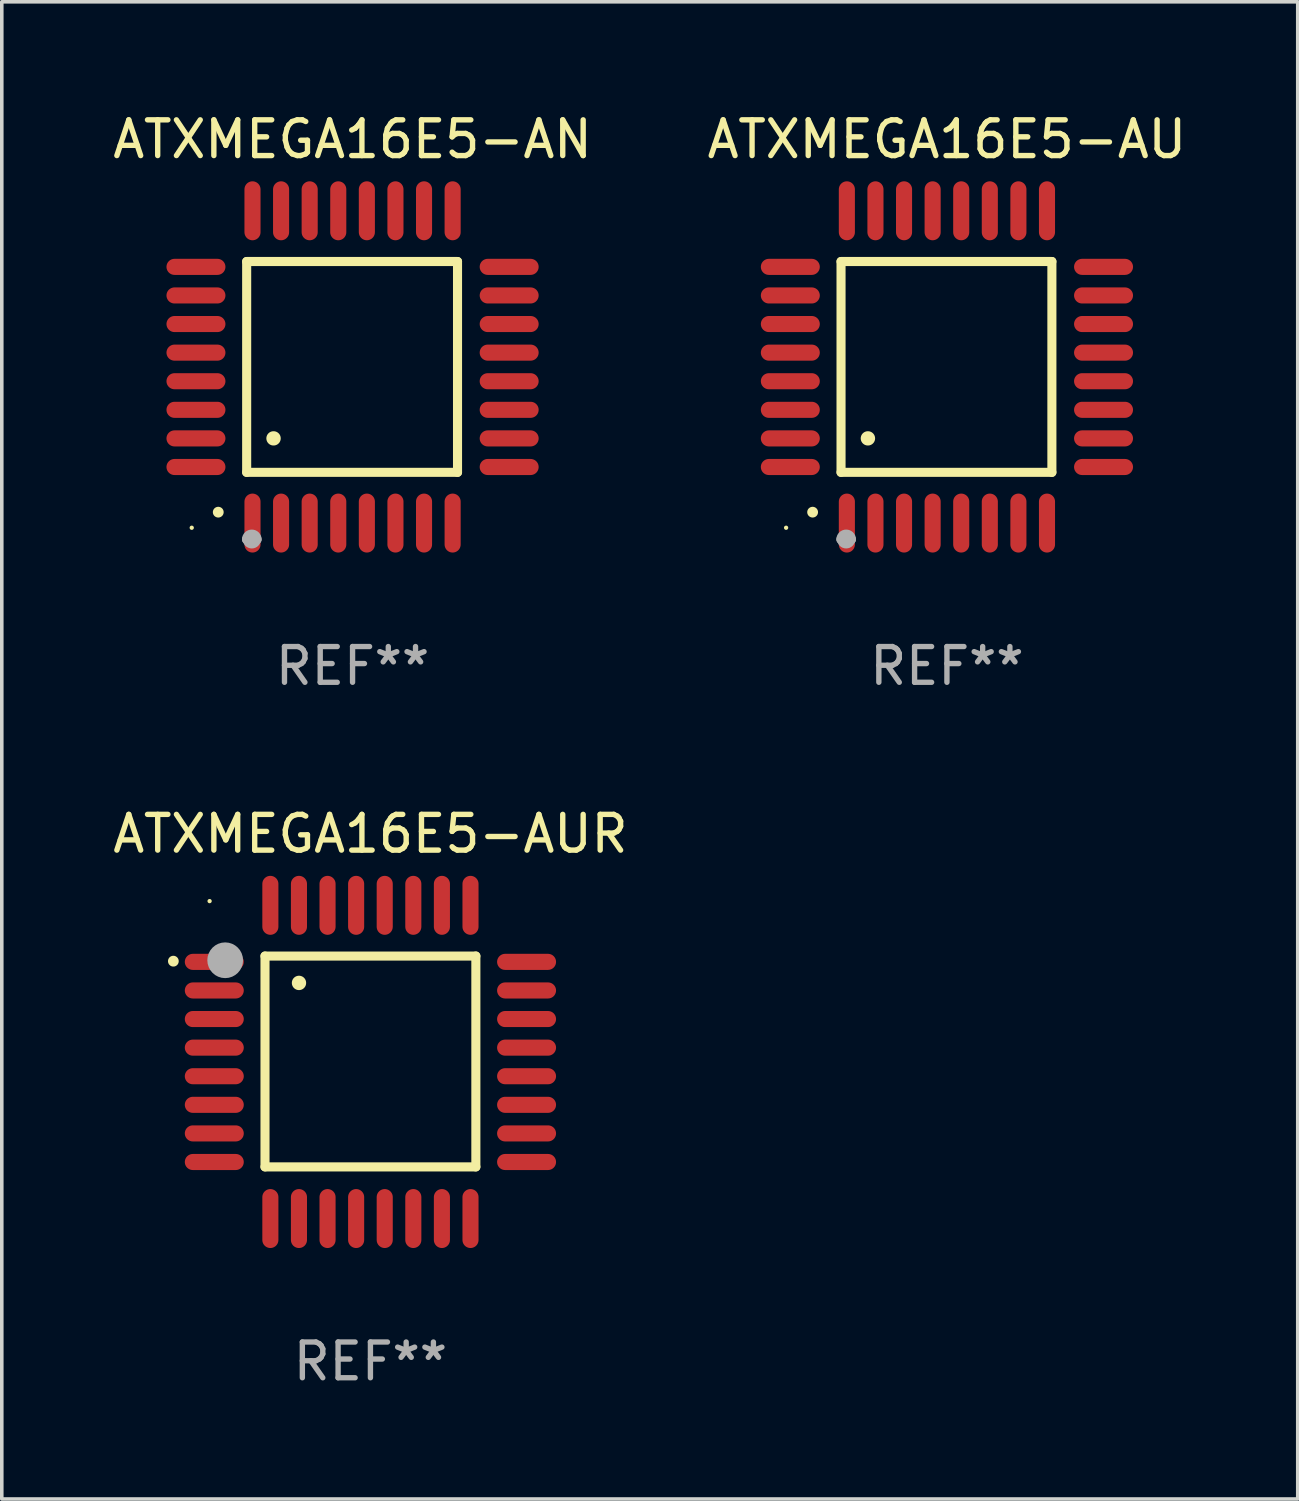
<source format=kicad_pcb>
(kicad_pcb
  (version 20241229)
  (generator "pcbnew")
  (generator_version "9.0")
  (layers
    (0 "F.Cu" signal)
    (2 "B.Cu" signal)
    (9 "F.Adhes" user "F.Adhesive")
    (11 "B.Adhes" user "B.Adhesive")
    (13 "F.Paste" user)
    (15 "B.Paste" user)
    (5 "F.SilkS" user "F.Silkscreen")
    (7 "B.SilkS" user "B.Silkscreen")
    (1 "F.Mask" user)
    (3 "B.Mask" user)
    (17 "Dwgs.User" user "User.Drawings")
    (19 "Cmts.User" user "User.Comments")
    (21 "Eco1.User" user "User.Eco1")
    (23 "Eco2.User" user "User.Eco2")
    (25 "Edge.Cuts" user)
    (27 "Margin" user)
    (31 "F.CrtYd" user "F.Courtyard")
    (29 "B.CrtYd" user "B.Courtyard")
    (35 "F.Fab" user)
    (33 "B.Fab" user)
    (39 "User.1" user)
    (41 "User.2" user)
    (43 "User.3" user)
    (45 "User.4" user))
  (footprint "ATXMEGA16E5-AUR"
    (layer "F.Cu")
    (at 7.315 26.664)
    (property "Reference" "ATXMEGA16E5-AUR" (at 0 -6.382 0) (layer "F.SilkS") (effects (font (size 1 1) (thickness 0.15))))
    (attr through_hole)
    (fp_line (start -2.95 -2.963) (end -2.95 2.937) (stroke (width 0.254) (type solid)) (layer "F.SilkS"))
    (fp_line (start -2.95 2.937) (end 2.95 2.937) (stroke (width 0.254) (type solid)) (layer "F.SilkS"))
    (fp_line (start 2.95 -2.963) (end -2.95 -2.963) (stroke (width 0.254) (type solid)) (layer "F.SilkS"))
    (fp_line (start 2.95 2.937) (end 2.95 -2.963) (stroke (width 0.254) (type solid)) (layer "F.SilkS"))
    (fp_arc (start -5.514199 -2.818136) (mid -5.514204 -2.819406) (end -5.514199 -2.820676) (stroke (width 0.3) (type solid)) (layer "F.SilkS"))
    (fp_arc (start -1.998984 -2.209804) (mid -1.998988 -2.211074) (end -1.998984 -2.212344) (stroke (width 0.4) (type solid)) (layer "F.SilkS"))
    (fp_circle (center -4.5 -4.5) (end -4.47 -4.5) (stroke (width 0.06) (type solid)) (fill no) (layer "F.SilkS"))
    (fp_circle (center -4.064 -2.845) (end -3.814 -2.845) (stroke (width 0.5) (type solid)) (fill no) (layer "F.Fab"))
    (fp_text user "REF**" (at 0 8.382 0) (layer "F.Fab") (effects (font (size 1 1) (thickness 0.15))))
    (pad "1" smd oval (at -4.369 -2.8 90) (size 0.45 1.65) (layers "F.Cu" "F.Mask" "F.Paste"))
    (pad "2" smd oval (at -4.369 -2 90) (size 0.45 1.65) (layers "F.Cu" "F.Mask" "F.Paste"))
    (pad "3" smd oval (at -4.369 -1.2 90) (size 0.45 1.65) (layers "F.Cu" "F.Mask" "F.Paste"))
    (pad "4" smd oval (at -4.369 -0.4 90) (size 0.45 1.65) (layers "F.Cu" "F.Mask" "F.Paste"))
    (pad "5" smd oval (at -4.369 0.4 90) (size 0.45 1.65) (layers "F.Cu" "F.Mask" "F.Paste"))
    (pad "6" smd oval (at -4.369 1.2 90) (size 0.45 1.65) (layers "F.Cu" "F.Mask" "F.Paste"))
    (pad "7" smd oval (at -4.369 2 90) (size 0.45 1.65) (layers "F.Cu" "F.Mask" "F.Paste"))
    (pad "8" smd oval (at -4.369 2.8 90) (size 0.45 1.65) (layers "F.Cu" "F.Mask" "F.Paste"))
    (pad "9" smd oval (at -2.8 4.382) (size 0.45 1.65) (layers "F.Cu" "F.Mask" "F.Paste"))
    (pad "10" smd oval (at -2 4.382) (size 0.45 1.65) (layers "F.Cu" "F.Mask" "F.Paste"))
    (pad "11" smd oval (at -1.2 4.382) (size 0.45 1.65) (layers "F.Cu" "F.Mask" "F.Paste"))
    (pad "12" smd oval (at -0.4 4.382) (size 0.45 1.65) (layers "F.Cu" "F.Mask" "F.Paste"))
    (pad "13" smd oval (at 0.4 4.382) (size 0.45 1.65) (layers "F.Cu" "F.Mask" "F.Paste"))
    (pad "14" smd oval (at 1.2 4.382) (size 0.45 1.65) (layers "F.Cu" "F.Mask" "F.Paste"))
    (pad "15" smd oval (at 2 4.382) (size 0.45 1.65) (layers "F.Cu" "F.Mask" "F.Paste"))
    (pad "16" smd oval (at 2.8 4.382) (size 0.45 1.65) (layers "F.Cu" "F.Mask" "F.Paste"))
    (pad "17" smd oval (at 4.369 2.8 90) (size 0.45 1.65) (layers "F.Cu" "F.Mask" "F.Paste"))
    (pad "18" smd oval (at 4.369 2 90) (size 0.45 1.65) (layers "F.Cu" "F.Mask" "F.Paste"))
    (pad "19" smd oval (at 4.369 1.2 90) (size 0.45 1.65) (layers "F.Cu" "F.Mask" "F.Paste"))
    (pad "20" smd oval (at 4.369 0.4 90) (size 0.45 1.65) (layers "F.Cu" "F.Mask" "F.Paste"))
    (pad "21" smd oval (at 4.369 -0.4 90) (size 0.45 1.65) (layers "F.Cu" "F.Mask" "F.Paste"))
    (pad "22" smd oval (at 4.369 -1.2 90) (size 0.45 1.65) (layers "F.Cu" "F.Mask" "F.Paste"))
    (pad "23" smd oval (at 4.369 -2 90) (size 0.45 1.65) (layers "F.Cu" "F.Mask" "F.Paste"))
    (pad "24" smd oval (at 4.369 -2.8 90) (size 0.45 1.65) (layers "F.Cu" "F.Mask" "F.Paste"))
    (pad "25" smd oval (at 2.8 -4.382) (size 0.45 1.65) (layers "F.Cu" "F.Mask" "F.Paste"))
    (pad "26" smd oval (at 2 -4.382) (size 0.45 1.65) (layers "F.Cu" "F.Mask" "F.Paste"))
    (pad "27" smd oval (at 1.2 -4.382) (size 0.45 1.65) (layers "F.Cu" "F.Mask" "F.Paste"))
    (pad "28" smd oval (at 0.4 -4.382) (size 0.45 1.65) (layers "F.Cu" "F.Mask" "F.Paste"))
    (pad "29" smd oval (at -0.4 -4.382) (size 0.45 1.65) (layers "F.Cu" "F.Mask" "F.Paste"))
    (pad "30" smd oval (at -1.2 -4.382) (size 0.45 1.65) (layers "F.Cu" "F.Mask" "F.Paste"))
    (pad "31" smd oval (at -2 -4.382) (size 0.45 1.65) (layers "F.Cu" "F.Mask" "F.Paste"))
    (pad "32" smd oval (at -2.8 -4.382) (size 0.45 1.65) (layers "F.Cu" "F.Mask" "F.Paste")))
  (footprint "ATXMEGA16E5-AN"
    (layer "F.Cu")
    (at 6.815 7.217)
    (property "Reference" "ATXMEGA16E5-AN" (at 0 -6.369 0) (layer "F.SilkS") (effects (font (size 1 1) (thickness 0.15))))
    (attr through_hole)
    (fp_line (start -2.963 -2.95) (end -2.963 2.95) (stroke (width 0.254) (type solid)) (layer "F.SilkS"))
    (fp_line (start -2.963 2.95) (end 2.937 2.95) (stroke (width 0.254) (type solid)) (layer "F.SilkS"))
    (fp_line (start 2.937 -2.95) (end -2.963 -2.95) (stroke (width 0.254) (type solid)) (layer "F.SilkS"))
    (fp_line (start 2.937 2.95) (end 2.937 -2.95) (stroke (width 0.254) (type solid)) (layer "F.SilkS"))
    (fp_arc (start -3.759208 4.064008) (mid -3.757938 4.064003) (end -3.756668 4.064008) (stroke (width 0.3) (type solid)) (layer "F.SilkS"))
    (fp_arc (start -2.212344 1.998984) (mid -2.211074 1.99898) (end -2.209804 1.998984) (stroke (width 0.4) (type solid)) (layer "F.SilkS"))
    (fp_circle (center -4.5 4.5) (end -4.47 4.5) (stroke (width 0.06) (type solid)) (fill no) (layer "F.SilkS"))
    (fp_arc (start -2.967489 4.82601) (mid -2.819406 4.677927) (end -2.671323 4.82601) (stroke (width 0.254001) (type solid)) (layer "F.Fab"))
    (fp_arc (start -2.967488 4.82601) (mid -2.819406 4.791053) (end -2.671324 4.82601) (stroke (width 0.254001) (type solid)) (layer "F.Fab"))
    (fp_circle (center -2.819 4.826) (end -2.692 4.826) (stroke (width 0.254) (type solid)) (fill no) (layer "F.Fab"))
    (fp_text user "REF**" (at 0 8.369 0) (layer "F.Fab") (effects (font (size 1 1) (thickness 0.15))))
    (pad "1" smd oval (at -2.8 4.369) (size 0.45 1.65) (layers "F.Cu" "F.Mask" "F.Paste"))
    (pad "2" smd oval (at -2 4.369) (size 0.45 1.65) (layers "F.Cu" "F.Mask" "F.Paste"))
    (pad "3" smd oval (at -1.2 4.369) (size 0.45 1.65) (layers "F.Cu" "F.Mask" "F.Paste"))
    (pad "4" smd oval (at -0.4 4.369) (size 0.45 1.65) (layers "F.Cu" "F.Mask" "F.Paste"))
    (pad "5" smd oval (at 0.4 4.369) (size 0.45 1.65) (layers "F.Cu" "F.Mask" "F.Paste"))
    (pad "6" smd oval (at 1.2 4.369) (size 0.45 1.65) (layers "F.Cu" "F.Mask" "F.Paste"))
    (pad "7" smd oval (at 2 4.369) (size 0.45 1.65) (layers "F.Cu" "F.Mask" "F.Paste"))
    (pad "8" smd oval (at 2.8 4.369) (size 0.45 1.65) (layers "F.Cu" "F.Mask" "F.Paste"))
    (pad "9" smd oval (at 4.382 2.8) (size 1.65 0.45) (layers "F.Cu" "F.Mask" "F.Paste"))
    (pad "10" smd oval (at 4.382 2) (size 1.65 0.45) (layers "F.Cu" "F.Mask" "F.Paste"))
    (pad "11" smd oval (at 4.382 1.2) (size 1.65 0.45) (layers "F.Cu" "F.Mask" "F.Paste"))
    (pad "12" smd oval (at 4.382 0.4) (size 1.65 0.45) (layers "F.Cu" "F.Mask" "F.Paste"))
    (pad "13" smd oval (at 4.382 -0.4) (size 1.65 0.45) (layers "F.Cu" "F.Mask" "F.Paste"))
    (pad "14" smd oval (at 4.382 -1.2) (size 1.65 0.45) (layers "F.Cu" "F.Mask" "F.Paste"))
    (pad "15" smd oval (at 4.382 -2) (size 1.65 0.45) (layers "F.Cu" "F.Mask" "F.Paste"))
    (pad "16" smd oval (at 4.382 -2.8) (size 1.65 0.45) (layers "F.Cu" "F.Mask" "F.Paste"))
    (pad "17" smd oval (at 2.8 -4.369) (size 0.45 1.65) (layers "F.Cu" "F.Mask" "F.Paste"))
    (pad "18" smd oval (at 2 -4.369) (size 0.45 1.65) (layers "F.Cu" "F.Mask" "F.Paste"))
    (pad "19" smd oval (at 1.2 -4.369) (size 0.45 1.65) (layers "F.Cu" "F.Mask" "F.Paste"))
    (pad "20" smd oval (at 0.4 -4.369) (size 0.45 1.65) (layers "F.Cu" "F.Mask" "F.Paste"))
    (pad "21" smd oval (at -0.4 -4.369) (size 0.45 1.65) (layers "F.Cu" "F.Mask" "F.Paste"))
    (pad "22" smd oval (at -1.2 -4.369) (size 0.45 1.65) (layers "F.Cu" "F.Mask" "F.Paste"))
    (pad "23" smd oval (at -2 -4.369) (size 0.45 1.65) (layers "F.Cu" "F.Mask" "F.Paste"))
    (pad "24" smd oval (at -2.8 -4.369) (size 0.45 1.65) (layers "F.Cu" "F.Mask" "F.Paste"))
    (pad "25" smd oval (at -4.382 -2.8) (size 1.65 0.45) (layers "F.Cu" "F.Mask" "F.Paste"))
    (pad "26" smd oval (at -4.382 -2) (size 1.65 0.45) (layers "F.Cu" "F.Mask" "F.Paste"))
    (pad "27" smd oval (at -4.382 -1.2) (size 1.65 0.45) (layers "F.Cu" "F.Mask" "F.Paste"))
    (pad "28" smd oval (at -4.382 -0.4) (size 1.65 0.45) (layers "F.Cu" "F.Mask" "F.Paste"))
    (pad "29" smd oval (at -4.382 0.4) (size 1.65 0.45) (layers "F.Cu" "F.Mask" "F.Paste"))
    (pad "30" smd oval (at -4.382 1.2) (size 1.65 0.45) (layers "F.Cu" "F.Mask" "F.Paste"))
    (pad "31" smd oval (at -4.382 2) (size 1.65 0.45) (layers "F.Cu" "F.Mask" "F.Paste"))
    (pad "32" smd oval (at -4.382 2.8) (size 1.65 0.45) (layers "F.Cu" "F.Mask" "F.Paste")))
  (footprint "ATXMEGA16E5-AU"
    (layer "F.Cu")
    (at 23.446 7.217)
    (property "Reference" "ATXMEGA16E5-AU" (at 0 -6.369 0) (layer "F.SilkS") (effects (font (size 1 1) (thickness 0.15))))
    (attr through_hole)
    (fp_line (start -2.963 -2.95) (end -2.963 2.95) (stroke (width 0.254) (type solid)) (layer "F.SilkS"))
    (fp_line (start -2.963 2.95) (end 2.937 2.95) (stroke (width 0.254) (type solid)) (layer "F.SilkS"))
    (fp_line (start 2.937 -2.95) (end -2.963 -2.95) (stroke (width 0.254) (type solid)) (layer "F.SilkS"))
    (fp_line (start 2.937 2.95) (end 2.937 -2.95) (stroke (width 0.254) (type solid)) (layer "F.SilkS"))
    (fp_arc (start -3.759208 4.064008) (mid -3.757938 4.064003) (end -3.756668 4.064008) (stroke (width 0.3) (type solid)) (layer "F.SilkS"))
    (fp_arc (start -2.212344 1.998984) (mid -2.211074 1.99898) (end -2.209804 1.998984) (stroke (width 0.4) (type solid)) (layer "F.SilkS"))
    (fp_circle (center -4.5 4.5) (end -4.47 4.5) (stroke (width 0.06) (type solid)) (fill no) (layer "F.SilkS"))
    (fp_arc (start -2.967489 4.82601) (mid -2.819406 4.677927) (end -2.671323 4.82601) (stroke (width 0.254001) (type solid)) (layer "F.Fab"))
    (fp_arc (start -2.967488 4.82601) (mid -2.819406 4.791053) (end -2.671324 4.82601) (stroke (width 0.254001) (type solid)) (layer "F.Fab"))
    (fp_circle (center -2.819 4.826) (end -2.692 4.826) (stroke (width 0.254) (type solid)) (fill no) (layer "F.Fab"))
    (fp_text user "REF**" (at 0 8.369 0) (layer "F.Fab") (effects (font (size 1 1) (thickness 0.15))))
    (pad "1" smd oval (at -2.8 4.369) (size 0.45 1.65) (layers "F.Cu" "F.Mask" "F.Paste"))
    (pad "2" smd oval (at -2 4.369) (size 0.45 1.65) (layers "F.Cu" "F.Mask" "F.Paste"))
    (pad "3" smd oval (at -1.2 4.369) (size 0.45 1.65) (layers "F.Cu" "F.Mask" "F.Paste"))
    (pad "4" smd oval (at -0.4 4.369) (size 0.45 1.65) (layers "F.Cu" "F.Mask" "F.Paste"))
    (pad "5" smd oval (at 0.4 4.369) (size 0.45 1.65) (layers "F.Cu" "F.Mask" "F.Paste"))
    (pad "6" smd oval (at 1.2 4.369) (size 0.45 1.65) (layers "F.Cu" "F.Mask" "F.Paste"))
    (pad "7" smd oval (at 2 4.369) (size 0.45 1.65) (layers "F.Cu" "F.Mask" "F.Paste"))
    (pad "8" smd oval (at 2.8 4.369) (size 0.45 1.65) (layers "F.Cu" "F.Mask" "F.Paste"))
    (pad "9" smd oval (at 4.382 2.8) (size 1.65 0.45) (layers "F.Cu" "F.Mask" "F.Paste"))
    (pad "10" smd oval (at 4.382 2) (size 1.65 0.45) (layers "F.Cu" "F.Mask" "F.Paste"))
    (pad "11" smd oval (at 4.382 1.2) (size 1.65 0.45) (layers "F.Cu" "F.Mask" "F.Paste"))
    (pad "12" smd oval (at 4.382 0.4) (size 1.65 0.45) (layers "F.Cu" "F.Mask" "F.Paste"))
    (pad "13" smd oval (at 4.382 -0.4) (size 1.65 0.45) (layers "F.Cu" "F.Mask" "F.Paste"))
    (pad "14" smd oval (at 4.382 -1.2) (size 1.65 0.45) (layers "F.Cu" "F.Mask" "F.Paste"))
    (pad "15" smd oval (at 4.382 -2) (size 1.65 0.45) (layers "F.Cu" "F.Mask" "F.Paste"))
    (pad "16" smd oval (at 4.382 -2.8) (size 1.65 0.45) (layers "F.Cu" "F.Mask" "F.Paste"))
    (pad "17" smd oval (at 2.8 -4.369) (size 0.45 1.65) (layers "F.Cu" "F.Mask" "F.Paste"))
    (pad "18" smd oval (at 2 -4.369) (size 0.45 1.65) (layers "F.Cu" "F.Mask" "F.Paste"))
    (pad "19" smd oval (at 1.2 -4.369) (size 0.45 1.65) (layers "F.Cu" "F.Mask" "F.Paste"))
    (pad "20" smd oval (at 0.4 -4.369) (size 0.45 1.65) (layers "F.Cu" "F.Mask" "F.Paste"))
    (pad "21" smd oval (at -0.4 -4.369) (size 0.45 1.65) (layers "F.Cu" "F.Mask" "F.Paste"))
    (pad "22" smd oval (at -1.2 -4.369) (size 0.45 1.65) (layers "F.Cu" "F.Mask" "F.Paste"))
    (pad "23" smd oval (at -2 -4.369) (size 0.45 1.65) (layers "F.Cu" "F.Mask" "F.Paste"))
    (pad "24" smd oval (at -2.8 -4.369) (size 0.45 1.65) (layers "F.Cu" "F.Mask" "F.Paste"))
    (pad "25" smd oval (at -4.382 -2.8) (size 1.65 0.45) (layers "F.Cu" "F.Mask" "F.Paste"))
    (pad "26" smd oval (at -4.382 -2) (size 1.65 0.45) (layers "F.Cu" "F.Mask" "F.Paste"))
    (pad "27" smd oval (at -4.382 -1.2) (size 1.65 0.45) (layers "F.Cu" "F.Mask" "F.Paste"))
    (pad "28" smd oval (at -4.382 -0.4) (size 1.65 0.45) (layers "F.Cu" "F.Mask" "F.Paste"))
    (pad "29" smd oval (at -4.382 0.4) (size 1.65 0.45) (layers "F.Cu" "F.Mask" "F.Paste"))
    (pad "30" smd oval (at -4.382 1.2) (size 1.65 0.45) (layers "F.Cu" "F.Mask" "F.Paste"))
    (pad "31" smd oval (at -4.382 2) (size 1.65 0.45) (layers "F.Cu" "F.Mask" "F.Paste"))
    (pad "32" smd oval (at -4.382 2.8) (size 1.65 0.45) (layers "F.Cu" "F.Mask" "F.Paste")))
  (gr_rect
    (start -3 -3)
    (end 33.262 38.894)
    (stroke (width 0.1) (type default))
    (fill no)
    (layer "Edge.Cuts")))
</source>
